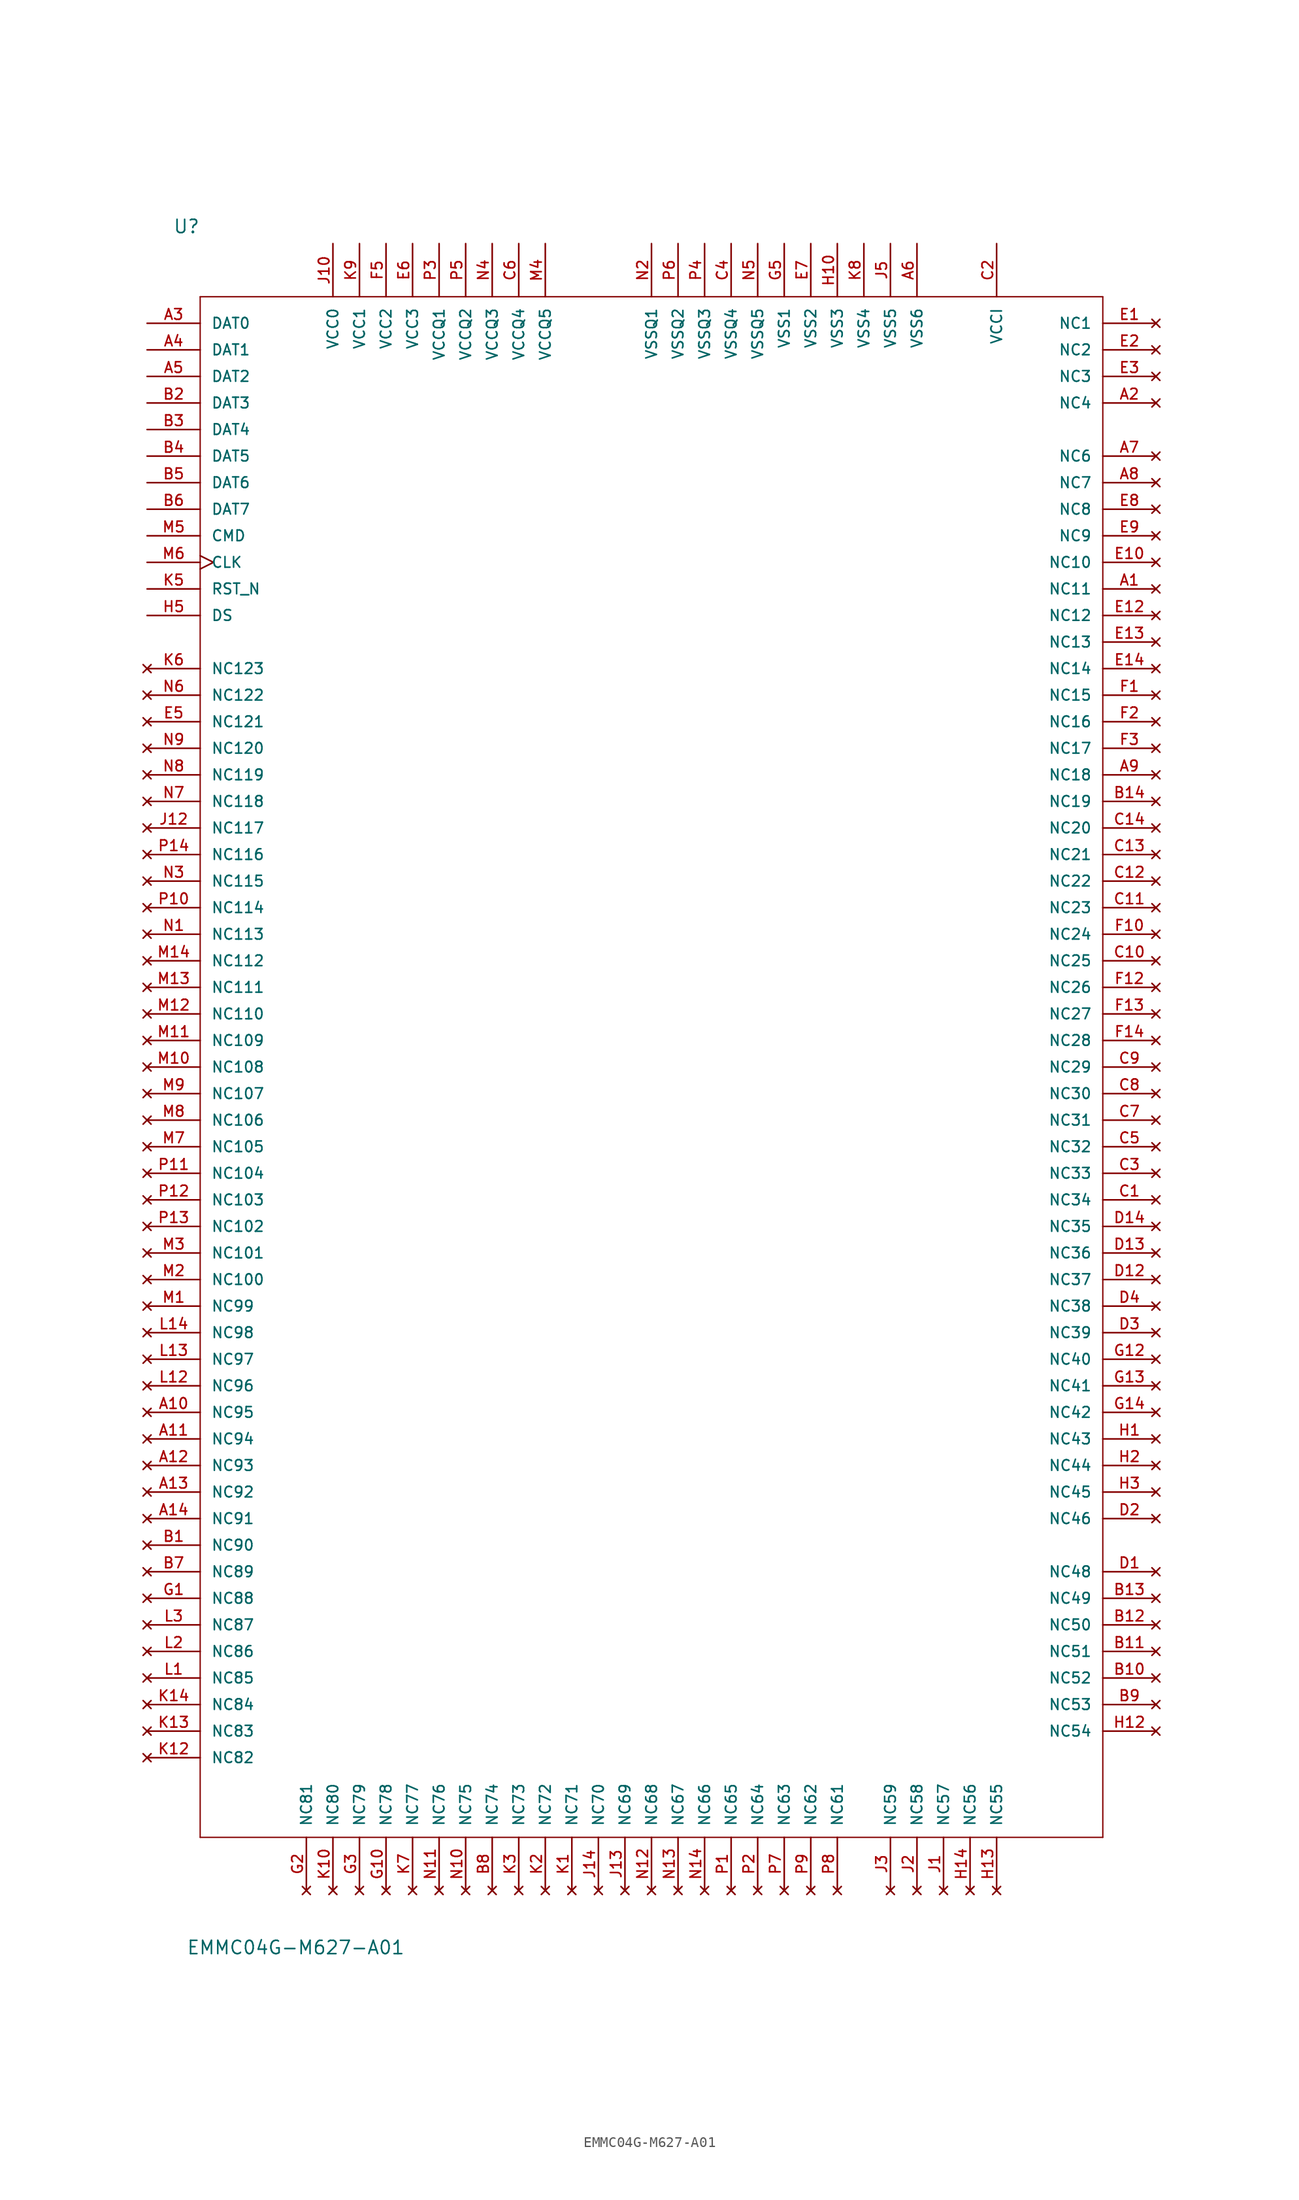
<source format=kicad_sym>
(kicad_symbol_lib
  (version 20200908)
  (generator kicad_symbol_editor)
  (symbol "EMMC04G-M627-A01:EMMC04G-M627-A01"
    (pin_names
      (offset 1.016))
    (property "Reference" "U"
      (at -45.796 79.629 0)
      (effects (font (size 1.27 1.27)) (justify left bottom)))
    (property "Value" "EMMC04G-M627-A01"
      (at -44.501 -84.938 0)
      (effects (font (size 1.27 1.27)) (justify left bottom)))
    (property "ki_locked" ""
      (at 0 0 0)
      (effects (font (size 1.27 1.27))))
    (symbol "EMMC04G-M627-A01_0_0"
      (polyline (pts (xy -43.18 73.66) (xy -43.18 -73.66)) (stroke (width 0.127)) (fill (type none)))
      (polyline (pts (xy -43.18 -73.66) (xy 43.18 -73.66)) (stroke (width 0.127)) (fill (type none)))
      (polyline (pts (xy 43.18 -73.66) (xy 43.18 73.66)) (stroke (width 0.127)) (fill (type none)))
      (polyline (pts (xy 43.18 73.66) (xy -43.18 73.66)) (stroke (width 0.127)) (fill (type none)))
      (pin power_in line (at -30.48 78.74 270) (length 5.08) (name "VCC0" (effects (font (size 1.016 1.016)))) (number "J10" (effects (font (size 1.016 1.016)))))
      (pin power_in line (at 33.02 78.74 270) (length 5.08) (name "VCCI" (effects (font (size 1.016 1.016)))) (number "C2" (effects (font (size 1.016 1.016)))))
      (pin unconnected line (at 48.26 -25.4 180) (length 5.08) (name "NC39" (effects (font (size 1.016 1.016)))) (number "D3" (effects (font (size 1.016 1.016)))))
      (pin unconnected line (at 48.26 -27.94 180) (length 5.08) (name "NC40" (effects (font (size 1.016 1.016)))) (number "G12" (effects (font (size 1.016 1.016)))))
      (pin input line (at -48.26 45.72 0) (length 5.08) (name "RST_N" (effects (font (size 1.016 1.016)))) (number "K5" (effects (font (size 1.016 1.016)))))
      (pin input clock (at -48.26 48.26 0) (length 5.08) (name "CLK" (effects (font (size 1.016 1.016)))) (number "M6" (effects (font (size 1.016 1.016)))))
      (pin bidirectional line (at -48.26 71.12 0) (length 5.08) (name "DAT0" (effects (font (size 1.016 1.016)))) (number "A3" (effects (font (size 1.016 1.016)))))
      (pin bidirectional line (at -48.26 68.58 0) (length 5.08) (name "DAT1" (effects (font (size 1.016 1.016)))) (number "A4" (effects (font (size 1.016 1.016)))))
      (pin bidirectional line (at -48.26 66.04 0) (length 5.08) (name "DAT2" (effects (font (size 1.016 1.016)))) (number "A5" (effects (font (size 1.016 1.016)))))
      (pin bidirectional line (at -48.26 63.5 0) (length 5.08) (name "DAT3" (effects (font (size 1.016 1.016)))) (number "B2" (effects (font (size 1.016 1.016)))))
      (pin bidirectional line (at -48.26 60.96 0) (length 5.08) (name "DAT4" (effects (font (size 1.016 1.016)))) (number "B3" (effects (font (size 1.016 1.016)))))
      (pin bidirectional line (at -48.26 58.42 0) (length 5.08) (name "DAT5" (effects (font (size 1.016 1.016)))) (number "B4" (effects (font (size 1.016 1.016)))))
      (pin bidirectional line (at -48.26 55.88 0) (length 5.08) (name "DAT6" (effects (font (size 1.016 1.016)))) (number "B5" (effects (font (size 1.016 1.016)))))
      (pin bidirectional line (at -48.26 53.34 0) (length 5.08) (name "DAT7" (effects (font (size 1.016 1.016)))) (number "B6" (effects (font (size 1.016 1.016)))))
      (pin bidirectional line (at -48.26 50.8 0) (length 5.08) (name "CMD" (effects (font (size 1.016 1.016)))) (number "M5" (effects (font (size 1.016 1.016)))))
      (pin unconnected line (at 48.26 68.58 180) (length 5.08) (name "NC2" (effects (font (size 1.016 1.016)))) (number "E2" (effects (font (size 1.016 1.016)))))
      (pin unconnected line (at 48.26 71.12 180) (length 5.08) (name "NC1" (effects (font (size 1.016 1.016)))) (number "E1" (effects (font (size 1.016 1.016)))))
      (pin power_in line (at -27.94 78.74 270) (length 5.08) (name "VCC1" (effects (font (size 1.016 1.016)))) (number "K9" (effects (font (size 1.016 1.016)))))
      (pin power_in line (at -25.4 78.74 270) (length 5.08) (name "VCC2" (effects (font (size 1.016 1.016)))) (number "F5" (effects (font (size 1.016 1.016)))))
      (pin power_in line (at -22.86 78.74 270) (length 5.08) (name "VCC3" (effects (font (size 1.016 1.016)))) (number "E6" (effects (font (size 1.016 1.016)))))
      (pin power_in line (at -20.32 78.74 270) (length 5.08) (name "VCCQ1" (effects (font (size 1.016 1.016)))) (number "P3" (effects (font (size 1.016 1.016)))))
      (pin power_in line (at -17.78 78.74 270) (length 5.08) (name "VCCQ2" (effects (font (size 1.016 1.016)))) (number "P5" (effects (font (size 1.016 1.016)))))
      (pin power_in line (at -15.24 78.74 270) (length 5.08) (name "VCCQ3" (effects (font (size 1.016 1.016)))) (number "N4" (effects (font (size 1.016 1.016)))))
      (pin power_in line (at -12.7 78.74 270) (length 5.08) (name "VCCQ4" (effects (font (size 1.016 1.016)))) (number "C6" (effects (font (size 1.016 1.016)))))
      (pin power_in line (at -10.16 78.74 270) (length 5.08) (name "VCCQ5" (effects (font (size 1.016 1.016)))) (number "M4" (effects (font (size 1.016 1.016)))))
      (pin power_in line (at 0 78.74 270) (length 5.08) (name "VSSQ1" (effects (font (size 1.016 1.016)))) (number "N2" (effects (font (size 1.016 1.016)))))
      (pin power_in line (at 2.54 78.74 270) (length 5.08) (name "VSSQ2" (effects (font (size 1.016 1.016)))) (number "P6" (effects (font (size 1.016 1.016)))))
      (pin power_in line (at 5.08 78.74 270) (length 5.08) (name "VSSQ3" (effects (font (size 1.016 1.016)))) (number "P4" (effects (font (size 1.016 1.016)))))
      (pin power_in line (at 7.62 78.74 270) (length 5.08) (name "VSSQ4" (effects (font (size 1.016 1.016)))) (number "C4" (effects (font (size 1.016 1.016)))))
      (pin power_in line (at 12.7 78.74 270) (length 5.08) (name "VSS1" (effects (font (size 1.016 1.016)))) (number "G5" (effects (font (size 1.016 1.016)))))
      (pin power_in line (at 15.24 78.74 270) (length 5.08) (name "VSS2" (effects (font (size 1.016 1.016)))) (number "E7" (effects (font (size 1.016 1.016)))))
      (pin power_in line (at 17.78 78.74 270) (length 5.08) (name "VSS3" (effects (font (size 1.016 1.016)))) (number "H10" (effects (font (size 1.016 1.016)))))
      (pin power_in line (at 20.32 78.74 270) (length 5.08) (name "VSS4" (effects (font (size 1.016 1.016)))) (number "K8" (effects (font (size 1.016 1.016)))))
      (pin unconnected line (at 48.26 66.04 180) (length 5.08) (name "NC3" (effects (font (size 1.016 1.016)))) (number "E3" (effects (font (size 1.016 1.016)))))
      (pin unconnected line (at 48.26 63.5 180) (length 5.08) (name "NC4" (effects (font (size 1.016 1.016)))) (number "A2" (effects (font (size 1.016 1.016)))))
      (pin output line (at -48.26 43.18 0) (length 5.08) (name "DS" (effects (font (size 1.016 1.016)))) (number "H5" (effects (font (size 1.016 1.016)))))
      (pin unconnected line (at 48.26 58.42 180) (length 5.08) (name "NC6" (effects (font (size 1.016 1.016)))) (number "A7" (effects (font (size 1.016 1.016)))))
      (pin unconnected line (at 48.26 55.88 180) (length 5.08) (name "NC7" (effects (font (size 1.016 1.016)))) (number "A8" (effects (font (size 1.016 1.016)))))
      (pin unconnected line (at 48.26 53.34 180) (length 5.08) (name "NC8" (effects (font (size 1.016 1.016)))) (number "E8" (effects (font (size 1.016 1.016)))))
      (pin unconnected line (at 48.26 50.8 180) (length 5.08) (name "NC9" (effects (font (size 1.016 1.016)))) (number "E9" (effects (font (size 1.016 1.016)))))
      (pin unconnected line (at 48.26 48.26 180) (length 5.08) (name "NC10" (effects (font (size 1.016 1.016)))) (number "E10" (effects (font (size 1.016 1.016)))))
      (pin unconnected line (at 48.26 45.72 180) (length 5.08) (name "NC11" (effects (font (size 1.016 1.016)))) (number "A1" (effects (font (size 1.016 1.016)))))
      (pin unconnected line (at 48.26 43.18 180) (length 5.08) (name "NC12" (effects (font (size 1.016 1.016)))) (number "E12" (effects (font (size 1.016 1.016)))))
      (pin unconnected line (at 48.26 40.64 180) (length 5.08) (name "NC13" (effects (font (size 1.016 1.016)))) (number "E13" (effects (font (size 1.016 1.016)))))
      (pin unconnected line (at 48.26 38.1 180) (length 5.08) (name "NC14" (effects (font (size 1.016 1.016)))) (number "E14" (effects (font (size 1.016 1.016)))))
      (pin unconnected line (at 48.26 35.56 180) (length 5.08) (name "NC15" (effects (font (size 1.016 1.016)))) (number "F1" (effects (font (size 1.016 1.016)))))
      (pin unconnected line (at 48.26 33.02 180) (length 5.08) (name "NC16" (effects (font (size 1.016 1.016)))) (number "F2" (effects (font (size 1.016 1.016)))))
      (pin unconnected line (at 48.26 30.48 180) (length 5.08) (name "NC17" (effects (font (size 1.016 1.016)))) (number "F3" (effects (font (size 1.016 1.016)))))
      (pin unconnected line (at 48.26 27.94 180) (length 5.08) (name "NC18" (effects (font (size 1.016 1.016)))) (number "A9" (effects (font (size 1.016 1.016)))))
      (pin unconnected line (at 48.26 25.4 180) (length 5.08) (name "NC19" (effects (font (size 1.016 1.016)))) (number "B14" (effects (font (size 1.016 1.016)))))
      (pin unconnected line (at 48.26 22.86 180) (length 5.08) (name "NC20" (effects (font (size 1.016 1.016)))) (number "C14" (effects (font (size 1.016 1.016)))))
      (pin unconnected line (at 48.26 20.32 180) (length 5.08) (name "NC21" (effects (font (size 1.016 1.016)))) (number "C13" (effects (font (size 1.016 1.016)))))
      (pin unconnected line (at 48.26 17.78 180) (length 5.08) (name "NC22" (effects (font (size 1.016 1.016)))) (number "C12" (effects (font (size 1.016 1.016)))))
      (pin unconnected line (at 48.26 15.24 180) (length 5.08) (name "NC23" (effects (font (size 1.016 1.016)))) (number "C11" (effects (font (size 1.016 1.016)))))
      (pin unconnected line (at 48.26 12.7 180) (length 5.08) (name "NC24" (effects (font (size 1.016 1.016)))) (number "F10" (effects (font (size 1.016 1.016)))))
      (pin unconnected line (at 48.26 10.16 180) (length 5.08) (name "NC25" (effects (font (size 1.016 1.016)))) (number "C10" (effects (font (size 1.016 1.016)))))
      (pin unconnected line (at 48.26 7.62 180) (length 5.08) (name "NC26" (effects (font (size 1.016 1.016)))) (number "F12" (effects (font (size 1.016 1.016)))))
      (pin unconnected line (at 48.26 5.08 180) (length 5.08) (name "NC27" (effects (font (size 1.016 1.016)))) (number "F13" (effects (font (size 1.016 1.016)))))
      (pin unconnected line (at 48.26 2.54 180) (length 5.08) (name "NC28" (effects (font (size 1.016 1.016)))) (number "F14" (effects (font (size 1.016 1.016)))))
      (pin unconnected line (at 48.26 0 180) (length 5.08) (name "NC29" (effects (font (size 1.016 1.016)))) (number "C9" (effects (font (size 1.016 1.016)))))
      (pin unconnected line (at 48.26 -2.54 180) (length 5.08) (name "NC30" (effects (font (size 1.016 1.016)))) (number "C8" (effects (font (size 1.016 1.016)))))
      (pin unconnected line (at 48.26 -5.08 180) (length 5.08) (name "NC31" (effects (font (size 1.016 1.016)))) (number "C7" (effects (font (size 1.016 1.016)))))
      (pin unconnected line (at 48.26 -7.62 180) (length 5.08) (name "NC32" (effects (font (size 1.016 1.016)))) (number "C5" (effects (font (size 1.016 1.016)))))
      (pin unconnected line (at 48.26 -10.16 180) (length 5.08) (name "NC33" (effects (font (size 1.016 1.016)))) (number "C3" (effects (font (size 1.016 1.016)))))
      (pin unconnected line (at 48.26 -12.7 180) (length 5.08) (name "NC34" (effects (font (size 1.016 1.016)))) (number "C1" (effects (font (size 1.016 1.016)))))
      (pin unconnected line (at 48.26 -15.24 180) (length 5.08) (name "NC35" (effects (font (size 1.016 1.016)))) (number "D14" (effects (font (size 1.016 1.016)))))
      (pin unconnected line (at 48.26 -17.78 180) (length 5.08) (name "NC36" (effects (font (size 1.016 1.016)))) (number "D13" (effects (font (size 1.016 1.016)))))
      (pin unconnected line (at 48.26 -20.32 180) (length 5.08) (name "NC37" (effects (font (size 1.016 1.016)))) (number "D12" (effects (font (size 1.016 1.016)))))
      (pin unconnected line (at 48.26 -22.86 180) (length 5.08) (name "NC38" (effects (font (size 1.016 1.016)))) (number "D4" (effects (font (size 1.016 1.016)))))
      (pin unconnected line (at 48.26 -30.48 180) (length 5.08) (name "NC41" (effects (font (size 1.016 1.016)))) (number "G13" (effects (font (size 1.016 1.016)))))
      (pin unconnected line (at 48.26 -33.02 180) (length 5.08) (name "NC42" (effects (font (size 1.016 1.016)))) (number "G14" (effects (font (size 1.016 1.016)))))
      (pin unconnected line (at 48.26 -35.56 180) (length 5.08) (name "NC43" (effects (font (size 1.016 1.016)))) (number "H1" (effects (font (size 1.016 1.016)))))
      (pin unconnected line (at 48.26 -38.1 180) (length 5.08) (name "NC44" (effects (font (size 1.016 1.016)))) (number "H2" (effects (font (size 1.016 1.016)))))
      (pin unconnected line (at 48.26 -40.64 180) (length 5.08) (name "NC45" (effects (font (size 1.016 1.016)))) (number "H3" (effects (font (size 1.016 1.016)))))
      (pin unconnected line (at 48.26 -43.18 180) (length 5.08) (name "NC46" (effects (font (size 1.016 1.016)))) (number "D2" (effects (font (size 1.016 1.016)))))
      (pin power_in line (at 10.16 78.74 270) (length 5.08) (name "VSSQ5" (effects (font (size 1.016 1.016)))) (number "N5" (effects (font (size 1.016 1.016)))))
      (pin unconnected line (at 48.26 -48.26 180) (length 5.08) (name "NC48" (effects (font (size 1.016 1.016)))) (number "D1" (effects (font (size 1.016 1.016)))))
      (pin unconnected line (at 48.26 -50.8 180) (length 5.08) (name "NC49" (effects (font (size 1.016 1.016)))) (number "B13" (effects (font (size 1.016 1.016)))))
      (pin unconnected line (at 48.26 -53.34 180) (length 5.08) (name "NC50" (effects (font (size 1.016 1.016)))) (number "B12" (effects (font (size 1.016 1.016)))))
      (pin unconnected line (at 48.26 -55.88 180) (length 5.08) (name "NC51" (effects (font (size 1.016 1.016)))) (number "B11" (effects (font (size 1.016 1.016)))))
      (pin unconnected line (at 48.26 -58.42 180) (length 5.08) (name "NC52" (effects (font (size 1.016 1.016)))) (number "B10" (effects (font (size 1.016 1.016)))))
      (pin unconnected line (at 48.26 -60.96 180) (length 5.08) (name "NC53" (effects (font (size 1.016 1.016)))) (number "B9" (effects (font (size 1.016 1.016)))))
      (pin unconnected line (at 48.26 -63.5 180) (length 5.08) (name "NC54" (effects (font (size 1.016 1.016)))) (number "H12" (effects (font (size 1.016 1.016)))))
      (pin unconnected line (at 33.02 -78.74 90) (length 5.08) (name "NC55" (effects (font (size 1.016 1.016)))) (number "H13" (effects (font (size 1.016 1.016)))))
      (pin unconnected line (at 30.48 -78.74 90) (length 5.08) (name "NC56" (effects (font (size 1.016 1.016)))) (number "H14" (effects (font (size 1.016 1.016)))))
      (pin unconnected line (at 27.94 -78.74 90) (length 5.08) (name "NC57" (effects (font (size 1.016 1.016)))) (number "J1" (effects (font (size 1.016 1.016)))))
      (pin unconnected line (at 25.4 -78.74 90) (length 5.08) (name "NC58" (effects (font (size 1.016 1.016)))) (number "J2" (effects (font (size 1.016 1.016)))))
      (pin unconnected line (at 22.86 -78.74 90) (length 5.08) (name "NC59" (effects (font (size 1.016 1.016)))) (number "J3" (effects (font (size 1.016 1.016)))))
      (pin power_in line (at 25.4 78.74 270) (length 5.08) (name "VSS6" (effects (font (size 1.016 1.016)))) (number "A6" (effects (font (size 1.016 1.016)))))
      (pin unconnected line (at 17.78 -78.74 90) (length 5.08) (name "NC61" (effects (font (size 1.016 1.016)))) (number "P8" (effects (font (size 1.016 1.016)))))
      (pin unconnected line (at 15.24 -78.74 90) (length 5.08) (name "NC62" (effects (font (size 1.016 1.016)))) (number "P9" (effects (font (size 1.016 1.016)))))
      (pin unconnected line (at 12.7 -78.74 90) (length 5.08) (name "NC63" (effects (font (size 1.016 1.016)))) (number "P7" (effects (font (size 1.016 1.016)))))
      (pin unconnected line (at 10.16 -78.74 90) (length 5.08) (name "NC64" (effects (font (size 1.016 1.016)))) (number "P2" (effects (font (size 1.016 1.016)))))
      (pin unconnected line (at 7.62 -78.74 90) (length 5.08) (name "NC65" (effects (font (size 1.016 1.016)))) (number "P1" (effects (font (size 1.016 1.016)))))
      (pin unconnected line (at 5.08 -78.74 90) (length 5.08) (name "NC66" (effects (font (size 1.016 1.016)))) (number "N14" (effects (font (size 1.016 1.016)))))
      (pin unconnected line (at 2.54 -78.74 90) (length 5.08) (name "NC67" (effects (font (size 1.016 1.016)))) (number "N13" (effects (font (size 1.016 1.016)))))
      (pin unconnected line (at 0 -78.74 90) (length 5.08) (name "NC68" (effects (font (size 1.016 1.016)))) (number "N12" (effects (font (size 1.016 1.016)))))
      (pin unconnected line (at -2.54 -78.74 90) (length 5.08) (name "NC69" (effects (font (size 1.016 1.016)))) (number "J13" (effects (font (size 1.016 1.016)))))
      (pin unconnected line (at -5.08 -78.74 90) (length 5.08) (name "NC70" (effects (font (size 1.016 1.016)))) (number "J14" (effects (font (size 1.016 1.016)))))
      (pin unconnected line (at -7.62 -78.74 90) (length 5.08) (name "NC71" (effects (font (size 1.016 1.016)))) (number "K1" (effects (font (size 1.016 1.016)))))
      (pin unconnected line (at -10.16 -78.74 90) (length 5.08) (name "NC72" (effects (font (size 1.016 1.016)))) (number "K2" (effects (font (size 1.016 1.016)))))
      (pin unconnected line (at -12.7 -78.74 90) (length 5.08) (name "NC73" (effects (font (size 1.016 1.016)))) (number "K3" (effects (font (size 1.016 1.016)))))
      (pin unconnected line (at -15.24 -78.74 90) (length 5.08) (name "NC74" (effects (font (size 1.016 1.016)))) (number "B8" (effects (font (size 1.016 1.016)))))
      (pin unconnected line (at -17.78 -78.74 90) (length 5.08) (name "NC75" (effects (font (size 1.016 1.016)))) (number "N10" (effects (font (size 1.016 1.016)))))
      (pin unconnected line (at -20.32 -78.74 90) (length 5.08) (name "NC76" (effects (font (size 1.016 1.016)))) (number "N11" (effects (font (size 1.016 1.016)))))
      (pin unconnected line (at -22.86 -78.74 90) (length 5.08) (name "NC77" (effects (font (size 1.016 1.016)))) (number "K7" (effects (font (size 1.016 1.016)))))
      (pin unconnected line (at -25.4 -78.74 90) (length 5.08) (name "NC78" (effects (font (size 1.016 1.016)))) (number "G10" (effects (font (size 1.016 1.016)))))
      (pin unconnected line (at -27.94 -78.74 90) (length 5.08) (name "NC79" (effects (font (size 1.016 1.016)))) (number "G3" (effects (font (size 1.016 1.016)))))
      (pin unconnected line (at -30.48 -78.74 90) (length 5.08) (name "NC80" (effects (font (size 1.016 1.016)))) (number "K10" (effects (font (size 1.016 1.016)))))
      (pin unconnected line (at -33.02 -78.74 90) (length 5.08) (name "NC81" (effects (font (size 1.016 1.016)))) (number "G2" (effects (font (size 1.016 1.016)))))
      (pin unconnected line (at -48.26 -66.04 0) (length 5.08) (name "NC82" (effects (font (size 1.016 1.016)))) (number "K12" (effects (font (size 1.016 1.016)))))
      (pin unconnected line (at -48.26 -63.5 0) (length 5.08) (name "NC83" (effects (font (size 1.016 1.016)))) (number "K13" (effects (font (size 1.016 1.016)))))
      (pin unconnected line (at -48.26 -60.96 0) (length 5.08) (name "NC84" (effects (font (size 1.016 1.016)))) (number "K14" (effects (font (size 1.016 1.016)))))
      (pin unconnected line (at -48.26 -58.42 0) (length 5.08) (name "NC85" (effects (font (size 1.016 1.016)))) (number "L1" (effects (font (size 1.016 1.016)))))
      (pin unconnected line (at -48.26 -55.88 0) (length 5.08) (name "NC86" (effects (font (size 1.016 1.016)))) (number "L2" (effects (font (size 1.016 1.016)))))
      (pin unconnected line (at -48.26 -53.34 0) (length 5.08) (name "NC87" (effects (font (size 1.016 1.016)))) (number "L3" (effects (font (size 1.016 1.016)))))
      (pin unconnected line (at -48.26 -50.8 0) (length 5.08) (name "NC88" (effects (font (size 1.016 1.016)))) (number "G1" (effects (font (size 1.016 1.016)))))
      (pin unconnected line (at -48.26 -48.26 0) (length 5.08) (name "NC89" (effects (font (size 1.016 1.016)))) (number "B7" (effects (font (size 1.016 1.016)))))
      (pin unconnected line (at -48.26 -45.72 0) (length 5.08) (name "NC90" (effects (font (size 1.016 1.016)))) (number "B1" (effects (font (size 1.016 1.016)))))
      (pin unconnected line (at -48.26 -43.18 0) (length 5.08) (name "NC91" (effects (font (size 1.016 1.016)))) (number "A14" (effects (font (size 1.016 1.016)))))
      (pin unconnected line (at -48.26 -40.64 0) (length 5.08) (name "NC92" (effects (font (size 1.016 1.016)))) (number "A13" (effects (font (size 1.016 1.016)))))
      (pin unconnected line (at -48.26 -38.1 0) (length 5.08) (name "NC93" (effects (font (size 1.016 1.016)))) (number "A12" (effects (font (size 1.016 1.016)))))
      (pin unconnected line (at -48.26 -35.56 0) (length 5.08) (name "NC94" (effects (font (size 1.016 1.016)))) (number "A11" (effects (font (size 1.016 1.016)))))
      (pin unconnected line (at -48.26 -33.02 0) (length 5.08) (name "NC95" (effects (font (size 1.016 1.016)))) (number "A10" (effects (font (size 1.016 1.016)))))
      (pin unconnected line (at -48.26 -30.48 0) (length 5.08) (name "NC96" (effects (font (size 1.016 1.016)))) (number "L12" (effects (font (size 1.016 1.016)))))
      (pin unconnected line (at -48.26 -27.94 0) (length 5.08) (name "NC97" (effects (font (size 1.016 1.016)))) (number "L13" (effects (font (size 1.016 1.016)))))
      (pin unconnected line (at -48.26 -25.4 0) (length 5.08) (name "NC98" (effects (font (size 1.016 1.016)))) (number "L14" (effects (font (size 1.016 1.016)))))
      (pin unconnected line (at -48.26 -22.86 0) (length 5.08) (name "NC99" (effects (font (size 1.016 1.016)))) (number "M1" (effects (font (size 1.016 1.016)))))
      (pin unconnected line (at -48.26 -20.32 0) (length 5.08) (name "NC100" (effects (font (size 1.016 1.016)))) (number "M2" (effects (font (size 1.016 1.016)))))
      (pin unconnected line (at -48.26 -17.78 0) (length 5.08) (name "NC101" (effects (font (size 1.016 1.016)))) (number "M3" (effects (font (size 1.016 1.016)))))
      (pin unconnected line (at -48.26 -15.24 0) (length 5.08) (name "NC102" (effects (font (size 1.016 1.016)))) (number "P13" (effects (font (size 1.016 1.016)))))
      (pin unconnected line (at -48.26 -12.7 0) (length 5.08) (name "NC103" (effects (font (size 1.016 1.016)))) (number "P12" (effects (font (size 1.016 1.016)))))
      (pin unconnected line (at -48.26 -10.16 0) (length 5.08) (name "NC104" (effects (font (size 1.016 1.016)))) (number "P11" (effects (font (size 1.016 1.016)))))
      (pin unconnected line (at -48.26 -7.62 0) (length 5.08) (name "NC105" (effects (font (size 1.016 1.016)))) (number "M7" (effects (font (size 1.016 1.016)))))
      (pin unconnected line (at -48.26 -5.08 0) (length 5.08) (name "NC106" (effects (font (size 1.016 1.016)))) (number "M8" (effects (font (size 1.016 1.016)))))
      (pin unconnected line (at -48.26 -2.54 0) (length 5.08) (name "NC107" (effects (font (size 1.016 1.016)))) (number "M9" (effects (font (size 1.016 1.016)))))
      (pin unconnected line (at -48.26 0 0) (length 5.08) (name "NC108" (effects (font (size 1.016 1.016)))) (number "M10" (effects (font (size 1.016 1.016)))))
      (pin unconnected line (at -48.26 2.54 0) (length 5.08) (name "NC109" (effects (font (size 1.016 1.016)))) (number "M11" (effects (font (size 1.016 1.016)))))
      (pin unconnected line (at -48.26 5.08 0) (length 5.08) (name "NC110" (effects (font (size 1.016 1.016)))) (number "M12" (effects (font (size 1.016 1.016)))))
      (pin unconnected line (at -48.26 7.62 0) (length 5.08) (name "NC111" (effects (font (size 1.016 1.016)))) (number "M13" (effects (font (size 1.016 1.016)))))
      (pin unconnected line (at -48.26 10.16 0) (length 5.08) (name "NC112" (effects (font (size 1.016 1.016)))) (number "M14" (effects (font (size 1.016 1.016)))))
      (pin unconnected line (at -48.26 12.7 0) (length 5.08) (name "NC113" (effects (font (size 1.016 1.016)))) (number "N1" (effects (font (size 1.016 1.016)))))
      (pin unconnected line (at -48.26 15.24 0) (length 5.08) (name "NC114" (effects (font (size 1.016 1.016)))) (number "P10" (effects (font (size 1.016 1.016)))))
      (pin unconnected line (at -48.26 17.78 0) (length 5.08) (name "NC115" (effects (font (size 1.016 1.016)))) (number "N3" (effects (font (size 1.016 1.016)))))
      (pin unconnected line (at -48.26 20.32 0) (length 5.08) (name "NC116" (effects (font (size 1.016 1.016)))) (number "P14" (effects (font (size 1.016 1.016)))))
      (pin unconnected line (at -48.26 22.86 0) (length 5.08) (name "NC117" (effects (font (size 1.016 1.016)))) (number "J12" (effects (font (size 1.016 1.016)))))
      (pin unconnected line (at -48.26 25.4 0) (length 5.08) (name "NC118" (effects (font (size 1.016 1.016)))) (number "N7" (effects (font (size 1.016 1.016)))))
      (pin unconnected line (at -48.26 27.94 0) (length 5.08) (name "NC119" (effects (font (size 1.016 1.016)))) (number "N8" (effects (font (size 1.016 1.016)))))
      (pin unconnected line (at -48.26 30.48 0) (length 5.08) (name "NC120" (effects (font (size 1.016 1.016)))) (number "N9" (effects (font (size 1.016 1.016)))))
      (pin unconnected line (at -48.26 33.02 0) (length 5.08) (name "NC121" (effects (font (size 1.016 1.016)))) (number "E5" (effects (font (size 1.016 1.016)))))
      (pin unconnected line (at -48.26 35.56 0) (length 5.08) (name "NC122" (effects (font (size 1.016 1.016)))) (number "N6" (effects (font (size 1.016 1.016)))))
      (pin unconnected line (at -48.26 38.1 0) (length 5.08) (name "NC123" (effects (font (size 1.016 1.016)))) (number "K6" (effects (font (size 1.016 1.016)))))
      (pin power_in line (at 22.86 78.74 270) (length 5.08) (name "VSS5" (effects (font (size 1.016 1.016)))) (number "J5" (effects (font (size 1.016 1.016))))))))
</source>
